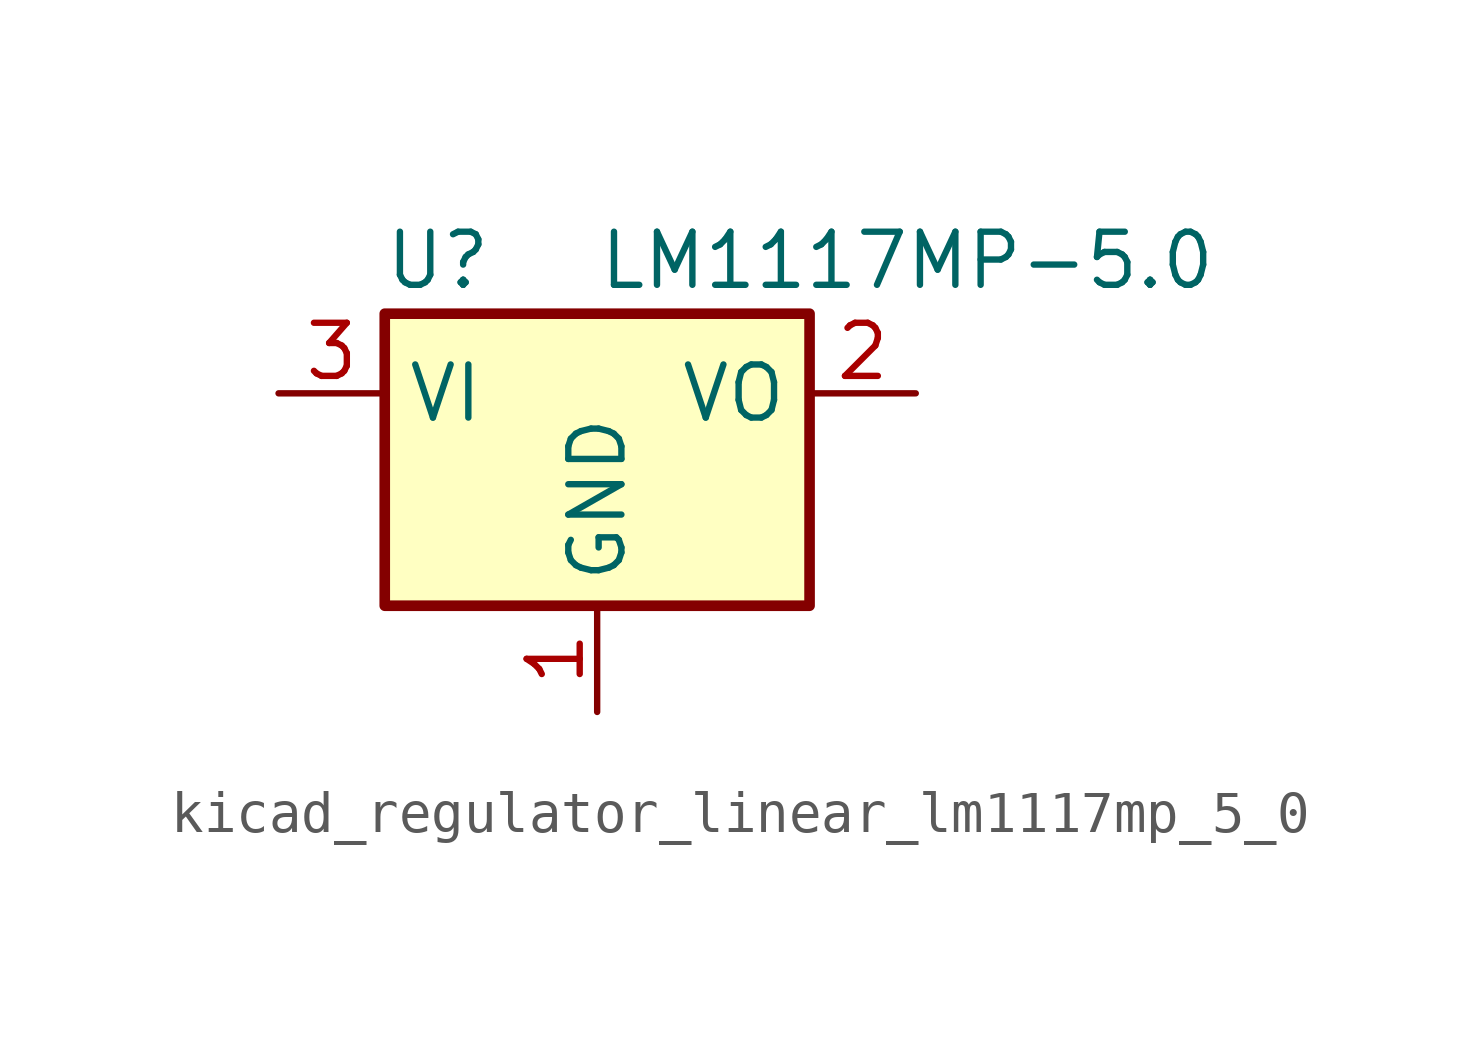
<source format=kicad_sym>
(kicad_symbol_lib
  (version 20220914)
  (generator kicad_symbol_editor)
  (symbol "kicad_regulator_linear_lm1117mp_5_0"
    (property "Reference" "U"
      (at -3.81 3.175 0)
      (effects (font (size 1.27 1.27))))
    (property "Value" "LM1117MP-5.0"
      (at 0 3.175 0)
      (effects (font (size 1.27 1.27)) (justify left)))
    (symbol "kicad_regulator_linear_lm1117mp_5_0_0_1"
      (rectangle (start -5.08 -5.08) (end 5.08 1.905) (stroke (width 0.254) (type default)) (fill (type background))))
    (symbol "kicad_regulator_linear_lm1117mp_5_0_1_1"
      (pin power_in line (at 0 -7.62 90) (length 2.54) (name "GND" (effects (font (size 1.27 1.27)))) (number "1" (effects (font (size 1.27 1.27)))))
      (pin power_out line (at 7.62 0 180) (length 2.54) (name "VO" (effects (font (size 1.27 1.27)))) (number "2" (effects (font (size 1.27 1.27)))))
      (pin power_in line (at -7.62 0 0) (length 2.54) (name "VI" (effects (font (size 1.27 1.27)))) (number "3" (effects (font (size 1.27 1.27))))))))
</source>
